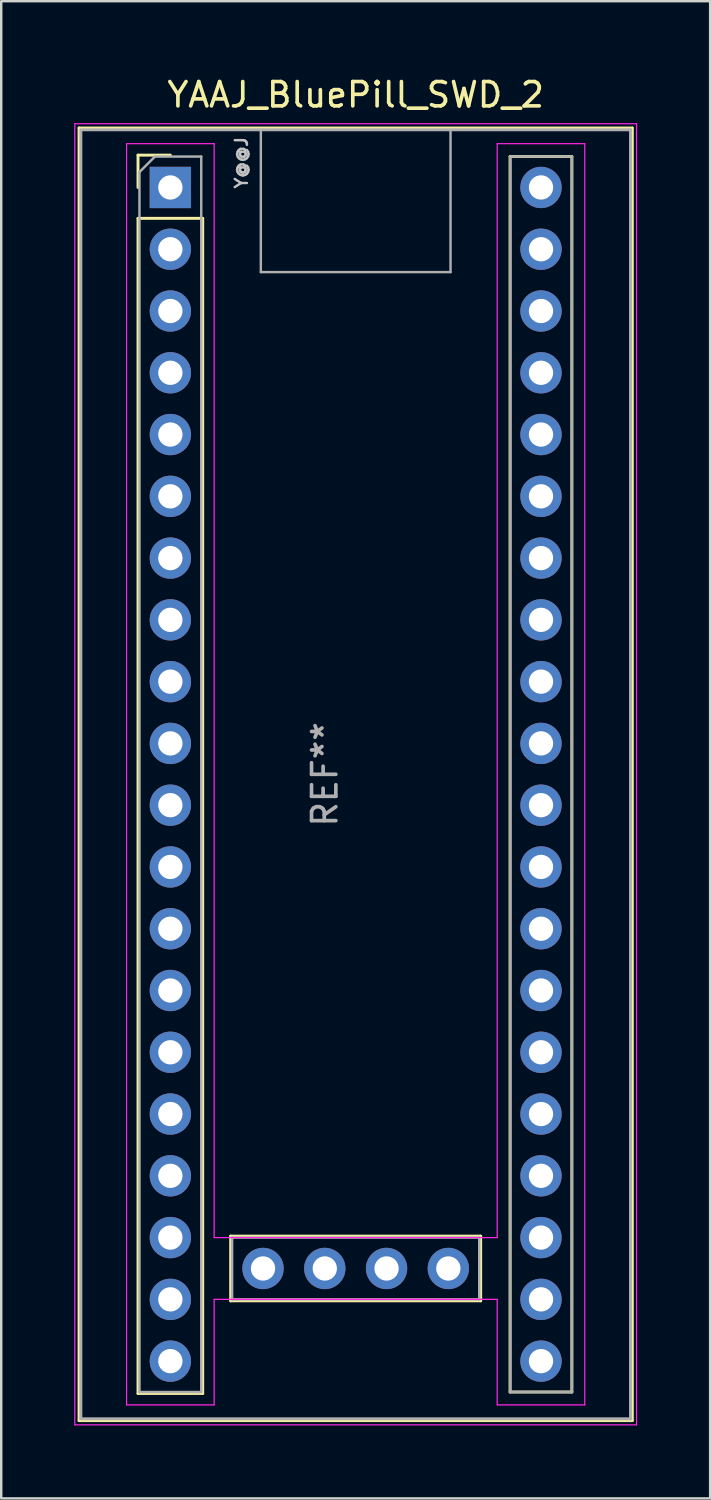
<source format=kicad_pcb>
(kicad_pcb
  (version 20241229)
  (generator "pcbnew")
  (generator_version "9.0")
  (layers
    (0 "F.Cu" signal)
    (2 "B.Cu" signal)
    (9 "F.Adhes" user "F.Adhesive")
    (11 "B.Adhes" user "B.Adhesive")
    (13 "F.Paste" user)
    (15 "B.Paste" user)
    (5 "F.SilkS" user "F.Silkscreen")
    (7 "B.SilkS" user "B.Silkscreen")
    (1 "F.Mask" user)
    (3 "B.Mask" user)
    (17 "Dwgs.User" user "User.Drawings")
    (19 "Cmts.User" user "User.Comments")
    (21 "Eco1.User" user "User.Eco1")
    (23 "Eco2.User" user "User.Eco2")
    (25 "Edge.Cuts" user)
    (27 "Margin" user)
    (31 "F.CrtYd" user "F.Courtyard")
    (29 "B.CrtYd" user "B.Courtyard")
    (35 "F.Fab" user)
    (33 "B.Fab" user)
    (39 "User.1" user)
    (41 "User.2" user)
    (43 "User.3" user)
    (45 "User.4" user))
  (footprint "YAAJ_BluePill_SWD_2"
    (layer "F.Cu")
    (at 3.955 4.658)
    (property "Reference" "YAAJ_BluePill_SWD_2" (at 7.62 -3.81 0) (layer "F.SilkS") (effects (font (size 1 1) (thickness 0.15))))
    (attr through_hole)
    (fp_line (start -3.755 -2.445) (end 18.995 -2.445) (stroke (width 0.12) (type solid)) (layer "F.SilkS"))
    (fp_line (start -3.755 50.705) (end -3.755 -2.445) (stroke (width 0.12) (type solid)) (layer "F.SilkS"))
    (fp_line (start -1.33 -1.33) (end 0 -1.33) (stroke (width 0.12) (type solid)) (layer "F.SilkS"))
    (fp_line (start -1.33 0) (end -1.33 -1.33) (stroke (width 0.12) (type solid)) (layer "F.SilkS"))
    (fp_line (start -1.33 1.27) (end 1.33 1.27) (stroke (width 0.12) (type solid)) (layer "F.SilkS"))
    (fp_line (start -1.33 49.59) (end -1.33 1.27) (stroke (width 0.12) (type solid)) (layer "F.SilkS"))
    (fp_line (start 1.33 1.27) (end 1.33 49.59) (stroke (width 0.12) (type solid)) (layer "F.SilkS"))
    (fp_line (start 1.33 49.59) (end -1.33 49.59) (stroke (width 0.12) (type solid)) (layer "F.SilkS"))
    (fp_line (start 2.48 43.12) (end 2.48 45.78) (stroke (width 0.12) (type solid)) (layer "F.SilkS"))
    (fp_line (start 2.48 45.78) (end 12.76 45.78) (stroke (width 0.12) (type solid)) (layer "F.SilkS"))
    (fp_line (start 12.76 43.12) (end 2.48 43.12) (stroke (width 0.12) (type solid)) (layer "F.SilkS"))
    (fp_line (start 12.76 45.78) (end 12.76 43.12) (stroke (width 0.12) (type solid)) (layer "F.SilkS"))
    (fp_line (start 13.97 -1.27) (end 16.51 -1.27) (stroke (width 0.12) (type solid)) (layer "F.SilkS"))
    (fp_line (start 13.97 49.53) (end 13.97 -1.27) (stroke (width 0.12) (type solid)) (layer "F.SilkS"))
    (fp_line (start 16.51 -1.27) (end 16.51 49.53) (stroke (width 0.12) (type solid)) (layer "F.SilkS"))
    (fp_line (start 16.51 49.53) (end 13.97 49.53) (stroke (width 0.12) (type solid)) (layer "F.SilkS"))
    (fp_line (start 18.995 -2.445) (end 18.995 50.705) (stroke (width 0.12) (type solid)) (layer "F.SilkS"))
    (fp_line (start 18.995 50.705) (end -3.755 50.705) (stroke (width 0.12) (type solid)) (layer "F.SilkS"))
    (fp_line (start -3.93 -2.62) (end 19.17 -2.62) (stroke (width 0.05) (type solid)) (layer "F.CrtYd"))
    (fp_line (start -3.93 50.88) (end -3.93 -2.62) (stroke (width 0.05) (type solid)) (layer "F.CrtYd"))
    (fp_line (start -1.8 -1.8) (end -1.8 50.06) (stroke (width 0.05) (type solid)) (layer "F.CrtYd"))
    (fp_line (start -1.8 50.06) (end 1.8 50.06) (stroke (width 0.05) (type solid)) (layer "F.CrtYd"))
    (fp_line (start 1.8 -1.8) (end -1.8 -1.8) (stroke (width 0.05) (type solid)) (layer "F.CrtYd"))
    (fp_line (start 1.8 -1.8) (end 1.8 43.18) (stroke (width 0.05) (type solid)) (layer "F.CrtYd"))
    (fp_line (start 1.8 43.18) (end 13.44 43.18) (stroke (width 0.05) (type solid)) (layer "F.CrtYd"))
    (fp_line (start 1.8 45.72) (end 1.8 50.06) (stroke (width 0.05) (type solid)) (layer "F.CrtYd"))
    (fp_line (start 13.44 -1.8) (end 13.44 43.18) (stroke (width 0.05) (type solid)) (layer "F.CrtYd"))
    (fp_line (start 13.44 -1.8) (end 17.04 -1.8) (stroke (width 0.05) (type solid)) (layer "F.CrtYd"))
    (fp_line (start 13.44 45.72) (end 1.8 45.72) (stroke (width 0.05) (type solid)) (layer "F.CrtYd"))
    (fp_line (start 13.44 45.72) (end 13.44 50.06) (stroke (width 0.05) (type solid)) (layer "F.CrtYd"))
    (fp_line (start 17.04 -1.8) (end 17.04 50.06) (stroke (width 0.05) (type solid)) (layer "F.CrtYd"))
    (fp_line (start 17.04 50.06) (end 13.44 50.06) (stroke (width 0.05) (type solid)) (layer "F.CrtYd"))
    (fp_line (start 19.17 -2.62) (end 19.17 50.88) (stroke (width 0.05) (type solid)) (layer "F.CrtYd"))
    (fp_line (start 19.17 50.88) (end -3.93 50.88) (stroke (width 0.05) (type solid)) (layer "F.CrtYd"))
    (fp_line (start -3.68 -2.37) (end 18.92 -2.37) (stroke (width 0.12) (type solid)) (layer "F.Fab"))
    (fp_line (start -3.68 50.63) (end -3.68 -2.32) (stroke (width 0.12) (type solid)) (layer "F.Fab"))
    (fp_line (start -3.68 50.63) (end 18.92 50.63) (stroke (width 0.12) (type solid)) (layer "F.Fab"))
    (fp_line (start -1.27 -0.635) (end -0.635 -1.27) (stroke (width 0.1) (type solid)) (layer "F.Fab"))
    (fp_line (start -1.27 49.53) (end -1.27 -0.635) (stroke (width 0.1) (type solid)) (layer "F.Fab"))
    (fp_line (start -0.635 -1.27) (end 1.27 -1.27) (stroke (width 0.1) (type solid)) (layer "F.Fab"))
    (fp_line (start 1.27 -1.27) (end 1.27 49.53) (stroke (width 0.1) (type solid)) (layer "F.Fab"))
    (fp_line (start 1.27 49.53) (end -1.27 49.53) (stroke (width 0.1) (type solid)) (layer "F.Fab"))
    (fp_line (start 2.54 43.18) (end 12.7 43.18) (stroke (width 0.1) (type solid)) (layer "F.Fab"))
    (fp_line (start 2.54 45.72) (end 2.54 43.18) (stroke (width 0.1) (type solid)) (layer "F.Fab"))
    (fp_line (start 3.72 3.48) (end 3.72 -2.32) (stroke (width 0.1) (type solid)) (layer "F.Fab"))
    (fp_line (start 3.72 3.48) (end 11.52 3.48) (stroke (width 0.1) (type solid)) (layer "F.Fab"))
    (fp_line (start 11.52 3.48) (end 11.52 -2.32) (stroke (width 0.1) (type solid)) (layer "F.Fab"))
    (fp_line (start 12.7 43.18) (end 12.7 45.72) (stroke (width 0.1) (type solid)) (layer "F.Fab"))
    (fp_line (start 12.7 45.72) (end 2.54 45.72) (stroke (width 0.1) (type solid)) (layer "F.Fab"))
    (fp_line (start 13.97 -1.27) (end 16.51 -1.27) (stroke (width 0.1) (type solid)) (layer "F.Fab"))
    (fp_line (start 13.97 49.53) (end 13.97 -1.27) (stroke (width 0.1) (type solid)) (layer "F.Fab"))
    (fp_line (start 16.51 -1.27) (end 16.51 49.53) (stroke (width 0.1) (type solid)) (layer "F.Fab"))
    (fp_line (start 16.51 49.53) (end 13.97 49.53) (stroke (width 0.1) (type solid)) (layer "F.Fab"))
    (fp_line (start 18.92 -2.37) (end 18.92 50.63) (stroke (width 0.12) (type solid)) (layer "F.Fab"))
    (fp_text user "Y@@J" (at 2.921 -1.016 90) (unlocked yes) (layer "Dwgs.User") (effects (font (size 0.5 0.5) (thickness 0.1))))
    (fp_text user "REF**" (at 6.35 24.13 90) (layer "F.Fab") (effects (font (size 1 1) (thickness 0.15))))
    (pad "1" thru_hole rect (at 0 0) (size 1.7 1.7) (drill 1) (layers "*.Cu" "*.Mask"))
    (pad "2" thru_hole circle (at 0 2.54) (size 1.7 1.7) (drill 1) (layers "*.Cu" "*.Mask"))
    (pad "3" thru_hole circle (at 0 5.08) (size 1.7 1.7) (drill 1) (layers "*.Cu" "*.Mask"))
    (pad "4" thru_hole circle (at 0 7.62) (size 1.7 1.7) (drill 1) (layers "*.Cu" "*.Mask"))
    (pad "5" thru_hole circle (at 0 10.16) (size 1.7 1.7) (drill 1) (layers "*.Cu" "*.Mask"))
    (pad "6" thru_hole circle (at 0 12.7) (size 1.7 1.7) (drill 1) (layers "*.Cu" "*.Mask"))
    (pad "7" thru_hole circle (at 0 15.24) (size 1.7 1.7) (drill 1) (layers "*.Cu" "*.Mask"))
    (pad "8" thru_hole circle (at 0 17.78) (size 1.7 1.7) (drill 1) (layers "*.Cu" "*.Mask"))
    (pad "9" thru_hole circle (at 0 20.32) (size 1.7 1.7) (drill 1) (layers "*.Cu" "*.Mask"))
    (pad "10" thru_hole circle (at 0 22.86) (size 1.7 1.7) (drill 1) (layers "*.Cu" "*.Mask"))
    (pad "11" thru_hole circle (at 0 25.4) (size 1.7 1.7) (drill 1) (layers "*.Cu" "*.Mask"))
    (pad "12" thru_hole circle (at 0 27.94) (size 1.7 1.7) (drill 1) (layers "*.Cu" "*.Mask"))
    (pad "13" thru_hole circle (at 0 30.48) (size 1.7 1.7) (drill 1) (layers "*.Cu" "*.Mask"))
    (pad "14" thru_hole circle (at 0 33.02) (size 1.7 1.7) (drill 1) (layers "*.Cu" "*.Mask"))
    (pad "15" thru_hole circle (at 0 35.56) (size 1.7 1.7) (drill 1) (layers "*.Cu" "*.Mask"))
    (pad "16" thru_hole circle (at 0 38.1) (size 1.7 1.7) (drill 1) (layers "*.Cu" "*.Mask"))
    (pad "17" thru_hole circle (at 0 40.64) (size 1.7 1.7) (drill 1) (layers "*.Cu" "*.Mask"))
    (pad "18" thru_hole circle (at 0 43.18) (size 1.7 1.7) (drill 1) (layers "*.Cu" "*.Mask"))
    (pad "19" thru_hole circle (at 0 45.72) (size 1.7 1.7) (drill 1) (layers "*.Cu" "*.Mask"))
    (pad "20" thru_hole circle (at 0 48.26) (size 1.7 1.7) (drill 1) (layers "*.Cu" "*.Mask"))
    (pad "21" thru_hole circle (at 15.24 48.26) (size 1.7 1.7) (drill 1) (layers "*.Cu" "*.Mask"))
    (pad "22" thru_hole circle (at 15.24 45.72) (size 1.7 1.7) (drill 1) (layers "*.Cu" "*.Mask"))
    (pad "23" thru_hole circle (at 15.24 43.18) (size 1.7 1.7) (drill 1) (layers "*.Cu" "*.Mask"))
    (pad "24" thru_hole circle (at 15.24 40.64) (size 1.7 1.7) (drill 1) (layers "*.Cu" "*.Mask"))
    (pad "25" thru_hole circle (at 15.24 38.1) (size 1.7 1.7) (drill 1) (layers "*.Cu" "*.Mask"))
    (pad "26" thru_hole circle (at 15.24 35.56) (size 1.7 1.7) (drill 1) (layers "*.Cu" "*.Mask"))
    (pad "27" thru_hole circle (at 15.24 33.02) (size 1.7 1.7) (drill 1) (layers "*.Cu" "*.Mask"))
    (pad "28" thru_hole circle (at 15.24 30.48) (size 1.7 1.7) (drill 1) (layers "*.Cu" "*.Mask"))
    (pad "29" thru_hole circle (at 15.24 27.94) (size 1.7 1.7) (drill 1) (layers "*.Cu" "*.Mask"))
    (pad "30" thru_hole circle (at 15.24 25.4) (size 1.7 1.7) (drill 1) (layers "*.Cu" "*.Mask"))
    (pad "31" thru_hole circle (at 15.24 22.86) (size 1.7 1.7) (drill 1) (layers "*.Cu" "*.Mask"))
    (pad "32" thru_hole circle (at 15.24 20.32) (size 1.7 1.7) (drill 1) (layers "*.Cu" "*.Mask"))
    (pad "33" thru_hole circle (at 15.24 17.78) (size 1.7 1.7) (drill 1) (layers "*.Cu" "*.Mask"))
    (pad "34" thru_hole circle (at 15.24 15.24) (size 1.7 1.7) (drill 1) (layers "*.Cu" "*.Mask"))
    (pad "35" thru_hole circle (at 15.24 12.7) (size 1.7 1.7) (drill 1) (layers "*.Cu" "*.Mask"))
    (pad "36" thru_hole circle (at 15.24 10.16) (size 1.7 1.7) (drill 1) (layers "*.Cu" "*.Mask"))
    (pad "37" thru_hole circle (at 15.24 7.62) (size 1.7 1.7) (drill 1) (layers "*.Cu" "*.Mask"))
    (pad "38" thru_hole circle (at 15.24 5.08) (size 1.7 1.7) (drill 1) (layers "*.Cu" "*.Mask"))
    (pad "39" thru_hole circle (at 15.24 2.54) (size 1.7 1.7) (drill 1) (layers "*.Cu" "*.Mask"))
    (pad "40" thru_hole circle (at 15.24 0) (size 1.7 1.7) (drill 1) (layers "*.Cu" "*.Mask"))
    (pad "41" thru_hole circle (at 11.43 44.45) (size 1.7 1.7) (drill 1) (layers "*.Cu" "*.Mask"))
    (pad "42" thru_hole circle (at 8.89 44.45) (size 1.7 1.7) (drill 1) (layers "*.Cu" "*.Mask"))
    (pad "43" thru_hole circle (at 6.35 44.45) (size 1.7 1.7) (drill 1) (layers "*.Cu" "*.Mask"))
    (pad "44" thru_hole circle (at 3.81 44.45) (size 1.7 1.7) (drill 1) (layers "*.Cu" "*.Mask")))
  (gr_rect
    (start -3 -3)
    (end 26.15 58.563)
    (stroke (width 0.1) (type default))
    (fill no)
    (layer "Edge.Cuts")))
</source>
